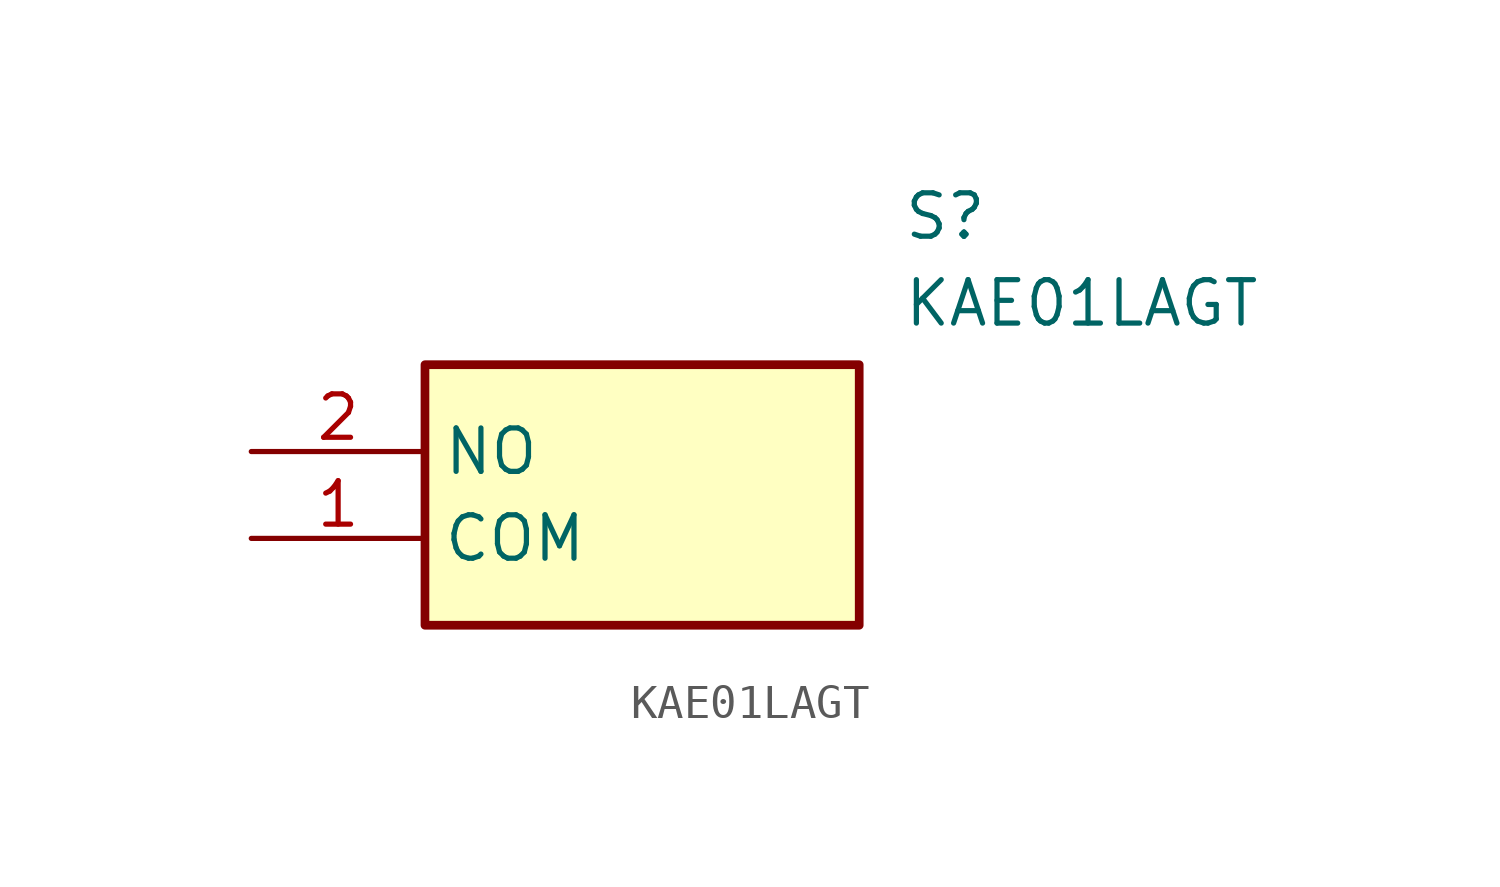
<source format=kicad_sym>
(kicad_symbol_lib
  (version 20211014)
  (generator SamacSys_ECAD_Model)
  (symbol "KAE01LAGT"
    (property "Reference" "S"
      (at 19.05 7.62 0)
      (effects (font (size 1.27 1.27)) (justify left top)))
    (property "Value" "KAE01LAGT"
      (at 19.05 5.08 0)
      (effects (font (size 1.27 1.27)) (justify left top)))
    (rectangle
      (start 5.08 2.54)
      (end 17.78 -5.08)
      (stroke (width 0.254) (type default))
      (fill (type background)))
    (pin passive line
      (at 0 -2.54 0)
      (length 5.08)
      (name "COM" (effects (font (size 1.27 1.27))))
      (number "1" (effects (font (size 1.27 1.27)))))
    (pin passive line
      (at 0 0 0)
      (length 5.08)
      (name "NO" (effects (font (size 1.27 1.27))))
      (number "2" (effects (font (size 1.27 1.27)))))))
</source>
